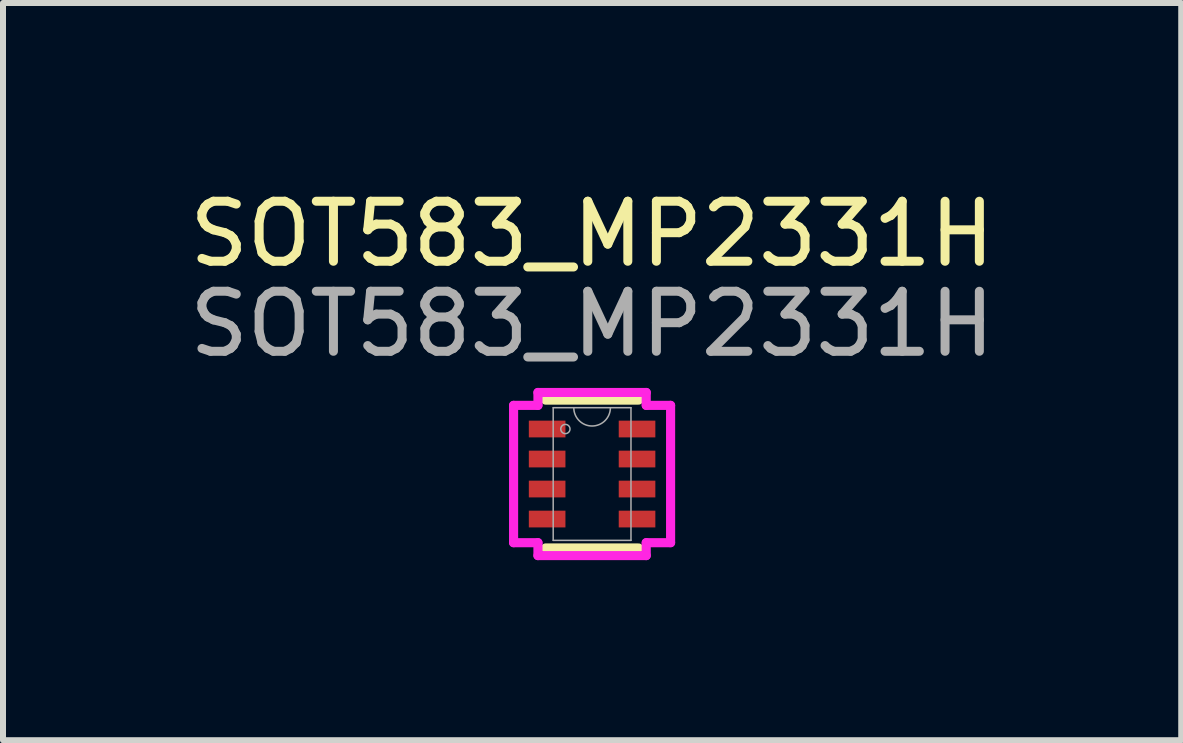
<source format=kicad_pcb>
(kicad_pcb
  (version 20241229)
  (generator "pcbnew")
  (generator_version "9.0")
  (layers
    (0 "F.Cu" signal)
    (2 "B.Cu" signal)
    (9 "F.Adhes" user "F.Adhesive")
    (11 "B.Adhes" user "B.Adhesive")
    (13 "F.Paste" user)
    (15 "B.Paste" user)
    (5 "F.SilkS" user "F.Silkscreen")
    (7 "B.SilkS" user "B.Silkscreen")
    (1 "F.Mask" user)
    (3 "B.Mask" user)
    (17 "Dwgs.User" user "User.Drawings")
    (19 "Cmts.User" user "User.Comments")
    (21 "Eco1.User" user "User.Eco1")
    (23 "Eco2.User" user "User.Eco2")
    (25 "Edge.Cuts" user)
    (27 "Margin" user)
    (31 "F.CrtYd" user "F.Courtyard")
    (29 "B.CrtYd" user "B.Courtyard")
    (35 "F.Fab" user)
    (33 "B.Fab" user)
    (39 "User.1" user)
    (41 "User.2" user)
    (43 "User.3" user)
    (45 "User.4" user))
  (footprint "SOT583_MP2331H"
    (layer "F.Cu")
    (at 6.815 4.848)
    (property "Reference" "SOT583_MP2331H" (at 0 -4 0) (unlocked yes) (layer "F.SilkS") (effects (font (size 1 1) (thickness 0.15))))
    (attr smd)
    (fp_line (start -0.775 1.232) (end 0.775 1.232) (stroke (width 0.152) (type solid)) (layer "F.SilkS"))
    (fp_line (start 0.775 -1.232) (end -0.775 -1.232) (stroke (width 0.152) (type solid)) (layer "F.SilkS"))
    (fp_line (start -1.308 -1.144) (end -0.902 -1.144) (stroke (width 0.152) (type solid)) (layer "F.CrtYd"))
    (fp_line (start -1.308 1.144) (end -1.308 -1.144) (stroke (width 0.152) (type solid)) (layer "F.CrtYd"))
    (fp_line (start -0.902 -1.359) (end 0.902 -1.359) (stroke (width 0.152) (type solid)) (layer "F.CrtYd"))
    (fp_line (start -0.902 -1.144) (end -0.902 -1.359) (stroke (width 0.152) (type solid)) (layer "F.CrtYd"))
    (fp_line (start -0.902 1.144) (end -1.308 1.144) (stroke (width 0.152) (type solid)) (layer "F.CrtYd"))
    (fp_line (start -0.902 1.359) (end -0.902 1.144) (stroke (width 0.152) (type solid)) (layer "F.CrtYd"))
    (fp_line (start 0.902 -1.359) (end 0.902 -1.144) (stroke (width 0.152) (type solid)) (layer "F.CrtYd"))
    (fp_line (start 0.902 -1.144) (end 1.308 -1.144) (stroke (width 0.152) (type solid)) (layer "F.CrtYd"))
    (fp_line (start 0.902 1.144) (end 0.902 1.359) (stroke (width 0.152) (type solid)) (layer "F.CrtYd"))
    (fp_line (start 0.902 1.359) (end -0.902 1.359) (stroke (width 0.152) (type solid)) (layer "F.CrtYd"))
    (fp_line (start 1.308 -1.144) (end 1.308 1.144) (stroke (width 0.152) (type solid)) (layer "F.CrtYd"))
    (fp_line (start 1.308 1.144) (end 0.902 1.144) (stroke (width 0.152) (type solid)) (layer "F.CrtYd"))
    (fp_line (start -0.648 -1.105) (end -0.648 1.105) (stroke (width 0.025) (type solid)) (layer "F.Fab"))
    (fp_line (start -0.648 1.105) (end 0.648 1.105) (stroke (width 0.025) (type solid)) (layer "F.Fab"))
    (fp_line (start 0.648 -1.105) (end -0.648 -1.105) (stroke (width 0.025) (type solid)) (layer "F.Fab"))
    (fp_line (start 0.648 1.105) (end 0.648 -1.105) (stroke (width 0.025) (type solid)) (layer "F.Fab"))
    (fp_arc (start 0.3048 -1.1049) (mid 0 -0.8001) (end -0.3048 -1.1049) (stroke (width 0.0254) (type solid)) (layer "F.Fab"))
    (fp_circle (center -0.445 -0.75) (end -0.368 -0.75) (stroke (width 0.025) (type solid)) (fill no) (layer "F.Fab"))
    (fp_text user "${REFERENCE}" (at 0 -2.5 0) (unlocked yes) (layer "F.Fab") (effects (font (size 1 1) (thickness 0.15))))
    (pad "1" smd rect (at -0.749 -0.75) (size 0.61 0.279) (layers "F.Cu" "F.Mask" "F.Paste"))
    (pad "2" smd rect (at -0.749 -0.25) (size 0.61 0.279) (layers "F.Cu" "F.Mask" "F.Paste"))
    (pad "3" smd rect (at -0.749 0.25) (size 0.61 0.279) (layers "F.Cu" "F.Mask" "F.Paste"))
    (pad "4" smd rect (at -0.749 0.75) (size 0.61 0.279) (layers "F.Cu" "F.Mask" "F.Paste"))
    (pad "5" smd rect (at 0.749 0.75) (size 0.61 0.279) (layers "F.Cu" "F.Mask" "F.Paste"))
    (pad "6" smd rect (at 0.749 0.25) (size 0.61 0.279) (layers "F.Cu" "F.Mask" "F.Paste"))
    (pad "7" smd rect (at 0.749 -0.25) (size 0.61 0.279) (layers "F.Cu" "F.Mask" "F.Paste"))
    (pad "8" smd rect (at 0.749 -0.75) (size 0.61 0.279) (layers "F.Cu" "F.Mask" "F.Paste")))
  (gr_rect
    (start -3 -3)
    (end 16.631 9.283)
    (stroke (width 0.1) (type default))
    (fill no)
    (layer "Edge.Cuts")))
</source>
